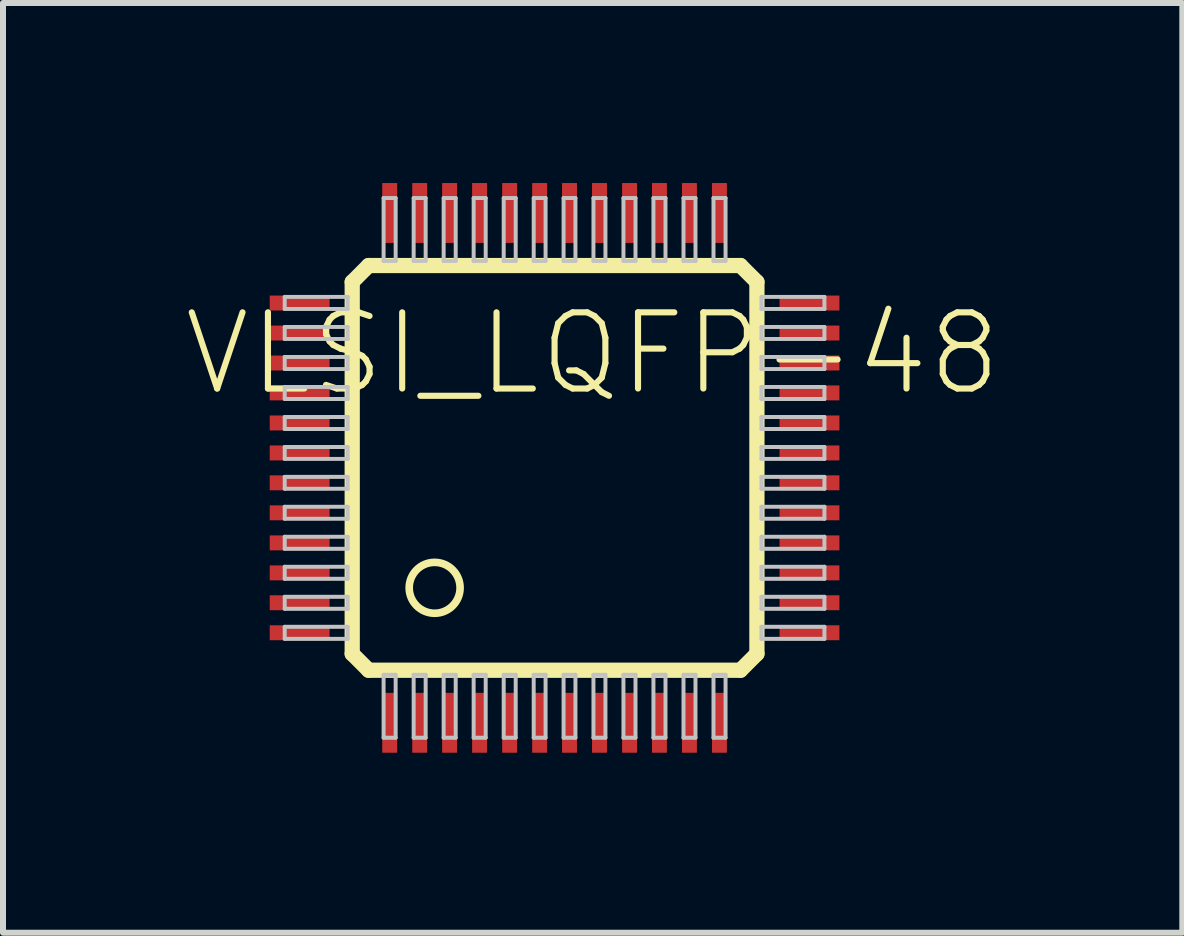
<source format=kicad_pcb>
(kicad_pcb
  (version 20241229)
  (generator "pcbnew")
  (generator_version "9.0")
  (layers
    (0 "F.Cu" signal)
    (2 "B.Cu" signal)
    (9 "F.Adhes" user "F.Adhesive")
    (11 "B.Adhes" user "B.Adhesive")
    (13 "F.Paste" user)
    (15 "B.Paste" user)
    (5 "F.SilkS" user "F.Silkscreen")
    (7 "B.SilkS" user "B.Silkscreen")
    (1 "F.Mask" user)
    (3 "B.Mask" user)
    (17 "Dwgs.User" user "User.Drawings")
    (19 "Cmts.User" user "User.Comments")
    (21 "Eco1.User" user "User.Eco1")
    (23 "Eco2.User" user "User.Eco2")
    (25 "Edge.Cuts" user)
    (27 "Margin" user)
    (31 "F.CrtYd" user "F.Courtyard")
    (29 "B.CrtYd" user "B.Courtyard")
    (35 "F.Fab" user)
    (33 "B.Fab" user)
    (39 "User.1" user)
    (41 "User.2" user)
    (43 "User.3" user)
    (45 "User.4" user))
  (footprint "VLSI_LQFP-48"
    (layer "F.Cu")
    (at 6.194 4.749)
    (property "Reference" "VLSI_LQFP-48" (at 0.635 -1.905 0) (layer "F.SilkS") (effects (font (size 1.27 1.27) (thickness 0.102))))
    (attr smd)
    (fp_line (start -3.373 -3.099) (end -3.099 -3.373) (stroke (width 0.254) (type solid)) (layer "F.SilkS"))
    (fp_line (start -3.373 3.099) (end -3.373 -3.099) (stroke (width 0.254) (type solid)) (layer "F.SilkS"))
    (fp_line (start -3.099 -3.373) (end 3.099 -3.373) (stroke (width 0.254) (type solid)) (layer "F.SilkS"))
    (fp_line (start -3.099 3.373) (end -3.373 3.099) (stroke (width 0.254) (type solid)) (layer "F.SilkS"))
    (fp_line (start 3.099 -3.373) (end 3.373 -3.099) (stroke (width 0.254) (type solid)) (layer "F.SilkS"))
    (fp_line (start 3.099 3.373) (end -3.099 3.373) (stroke (width 0.254) (type solid)) (layer "F.SilkS"))
    (fp_line (start 3.373 -3.099) (end 3.373 3.099) (stroke (width 0.254) (type solid)) (layer "F.SilkS"))
    (fp_line (start 3.373 3.099) (end 3.099 3.373) (stroke (width 0.254) (type solid)) (layer "F.SilkS"))
    (fp_circle (center -1.999 1.999) (end -2.299 2.299) (stroke (width 0.127) (type solid)) (fill no) (layer "F.SilkS"))
    (fp_line (start -4.498 -2.85) (end -3.449 -2.85) (stroke (width 0.066) (type solid)) (layer "Dwgs.User"))
    (fp_line (start -4.498 -2.649) (end -4.498 -2.85) (stroke (width 0.066) (type solid)) (layer "Dwgs.User"))
    (fp_line (start -4.498 -2.649) (end -3.449 -2.649) (stroke (width 0.066) (type solid)) (layer "Dwgs.User"))
    (fp_line (start -4.498 -2.349) (end -3.449 -2.349) (stroke (width 0.066) (type solid)) (layer "Dwgs.User"))
    (fp_line (start -4.498 -2.149) (end -4.498 -2.349) (stroke (width 0.066) (type solid)) (layer "Dwgs.User"))
    (fp_line (start -4.498 -2.149) (end -3.449 -2.149) (stroke (width 0.066) (type solid)) (layer "Dwgs.User"))
    (fp_line (start -4.498 -1.849) (end -3.449 -1.849) (stroke (width 0.066) (type solid)) (layer "Dwgs.User"))
    (fp_line (start -4.498 -1.648) (end -4.498 -1.849) (stroke (width 0.066) (type solid)) (layer "Dwgs.User"))
    (fp_line (start -4.498 -1.648) (end -3.449 -1.648) (stroke (width 0.066) (type solid)) (layer "Dwgs.User"))
    (fp_line (start -4.498 -1.349) (end -3.449 -1.349) (stroke (width 0.066) (type solid)) (layer "Dwgs.User"))
    (fp_line (start -4.498 -1.148) (end -4.498 -1.349) (stroke (width 0.066) (type solid)) (layer "Dwgs.User"))
    (fp_line (start -4.498 -1.148) (end -3.449 -1.148) (stroke (width 0.066) (type solid)) (layer "Dwgs.User"))
    (fp_line (start -4.498 -0.848) (end -3.449 -0.848) (stroke (width 0.066) (type solid)) (layer "Dwgs.User"))
    (fp_line (start -4.498 -0.648) (end -4.498 -0.848) (stroke (width 0.066) (type solid)) (layer "Dwgs.User"))
    (fp_line (start -4.498 -0.648) (end -3.449 -0.648) (stroke (width 0.066) (type solid)) (layer "Dwgs.User"))
    (fp_line (start -4.498 -0.348) (end -3.449 -0.348) (stroke (width 0.066) (type solid)) (layer "Dwgs.User"))
    (fp_line (start -4.498 -0.15) (end -4.498 -0.348) (stroke (width 0.066) (type solid)) (layer "Dwgs.User"))
    (fp_line (start -4.498 -0.15) (end -3.449 -0.15) (stroke (width 0.066) (type solid)) (layer "Dwgs.User"))
    (fp_line (start -4.498 0.15) (end -3.449 0.15) (stroke (width 0.066) (type solid)) (layer "Dwgs.User"))
    (fp_line (start -4.498 0.348) (end -4.498 0.15) (stroke (width 0.066) (type solid)) (layer "Dwgs.User"))
    (fp_line (start -4.498 0.348) (end -3.449 0.348) (stroke (width 0.066) (type solid)) (layer "Dwgs.User"))
    (fp_line (start -4.498 0.648) (end -3.449 0.648) (stroke (width 0.066) (type solid)) (layer "Dwgs.User"))
    (fp_line (start -4.498 0.848) (end -4.498 0.648) (stroke (width 0.066) (type solid)) (layer "Dwgs.User"))
    (fp_line (start -4.498 0.848) (end -3.449 0.848) (stroke (width 0.066) (type solid)) (layer "Dwgs.User"))
    (fp_line (start -4.498 1.148) (end -3.449 1.148) (stroke (width 0.066) (type solid)) (layer "Dwgs.User"))
    (fp_line (start -4.498 1.349) (end -4.498 1.148) (stroke (width 0.066) (type solid)) (layer "Dwgs.User"))
    (fp_line (start -4.498 1.349) (end -3.449 1.349) (stroke (width 0.066) (type solid)) (layer "Dwgs.User"))
    (fp_line (start -4.498 1.648) (end -3.449 1.648) (stroke (width 0.066) (type solid)) (layer "Dwgs.User"))
    (fp_line (start -4.498 1.849) (end -4.498 1.648) (stroke (width 0.066) (type solid)) (layer "Dwgs.User"))
    (fp_line (start -4.498 1.849) (end -3.449 1.849) (stroke (width 0.066) (type solid)) (layer "Dwgs.User"))
    (fp_line (start -4.498 2.149) (end -3.449 2.149) (stroke (width 0.066) (type solid)) (layer "Dwgs.User"))
    (fp_line (start -4.498 2.349) (end -4.498 2.149) (stroke (width 0.066) (type solid)) (layer "Dwgs.User"))
    (fp_line (start -4.498 2.349) (end -3.449 2.349) (stroke (width 0.066) (type solid)) (layer "Dwgs.User"))
    (fp_line (start -4.498 2.649) (end -3.449 2.649) (stroke (width 0.066) (type solid)) (layer "Dwgs.User"))
    (fp_line (start -4.498 2.85) (end -4.498 2.649) (stroke (width 0.066) (type solid)) (layer "Dwgs.User"))
    (fp_line (start -4.498 2.85) (end -3.449 2.85) (stroke (width 0.066) (type solid)) (layer "Dwgs.User"))
    (fp_line (start -3.449 -2.649) (end -3.449 -2.85) (stroke (width 0.066) (type solid)) (layer "Dwgs.User"))
    (fp_line (start -3.449 -2.149) (end -3.449 -2.349) (stroke (width 0.066) (type solid)) (layer "Dwgs.User"))
    (fp_line (start -3.449 -1.648) (end -3.449 -1.849) (stroke (width 0.066) (type solid)) (layer "Dwgs.User"))
    (fp_line (start -3.449 -1.148) (end -3.449 -1.349) (stroke (width 0.066) (type solid)) (layer "Dwgs.User"))
    (fp_line (start -3.449 -0.648) (end -3.449 -0.848) (stroke (width 0.066) (type solid)) (layer "Dwgs.User"))
    (fp_line (start -3.449 -0.15) (end -3.449 -0.348) (stroke (width 0.066) (type solid)) (layer "Dwgs.User"))
    (fp_line (start -3.449 0.348) (end -3.449 0.15) (stroke (width 0.066) (type solid)) (layer "Dwgs.User"))
    (fp_line (start -3.449 0.848) (end -3.449 0.648) (stroke (width 0.066) (type solid)) (layer "Dwgs.User"))
    (fp_line (start -3.449 1.349) (end -3.449 1.148) (stroke (width 0.066) (type solid)) (layer "Dwgs.User"))
    (fp_line (start -3.449 1.849) (end -3.449 1.648) (stroke (width 0.066) (type solid)) (layer "Dwgs.User"))
    (fp_line (start -3.449 2.349) (end -3.449 2.149) (stroke (width 0.066) (type solid)) (layer "Dwgs.User"))
    (fp_line (start -3.449 2.85) (end -3.449 2.649) (stroke (width 0.066) (type solid)) (layer "Dwgs.User"))
    (fp_line (start -2.85 -4.498) (end -2.649 -4.498) (stroke (width 0.066) (type solid)) (layer "Dwgs.User"))
    (fp_line (start -2.85 -3.449) (end -2.85 -4.498) (stroke (width 0.066) (type solid)) (layer "Dwgs.User"))
    (fp_line (start -2.85 -3.449) (end -2.649 -3.449) (stroke (width 0.066) (type solid)) (layer "Dwgs.User"))
    (fp_line (start -2.85 3.449) (end -2.649 3.449) (stroke (width 0.066) (type solid)) (layer "Dwgs.User"))
    (fp_line (start -2.85 4.498) (end -2.85 3.449) (stroke (width 0.066) (type solid)) (layer "Dwgs.User"))
    (fp_line (start -2.85 4.498) (end -2.649 4.498) (stroke (width 0.066) (type solid)) (layer "Dwgs.User"))
    (fp_line (start -2.649 -3.449) (end -2.649 -4.498) (stroke (width 0.066) (type solid)) (layer "Dwgs.User"))
    (fp_line (start -2.649 4.498) (end -2.649 3.449) (stroke (width 0.066) (type solid)) (layer "Dwgs.User"))
    (fp_line (start -2.349 -4.498) (end -2.149 -4.498) (stroke (width 0.066) (type solid)) (layer "Dwgs.User"))
    (fp_line (start -2.349 -3.449) (end -2.349 -4.498) (stroke (width 0.066) (type solid)) (layer "Dwgs.User"))
    (fp_line (start -2.349 -3.449) (end -2.149 -3.449) (stroke (width 0.066) (type solid)) (layer "Dwgs.User"))
    (fp_line (start -2.349 3.449) (end -2.149 3.449) (stroke (width 0.066) (type solid)) (layer "Dwgs.User"))
    (fp_line (start -2.349 4.498) (end -2.349 3.449) (stroke (width 0.066) (type solid)) (layer "Dwgs.User"))
    (fp_line (start -2.349 4.498) (end -2.149 4.498) (stroke (width 0.066) (type solid)) (layer "Dwgs.User"))
    (fp_line (start -2.149 -3.449) (end -2.149 -4.498) (stroke (width 0.066) (type solid)) (layer "Dwgs.User"))
    (fp_line (start -2.149 4.498) (end -2.149 3.449) (stroke (width 0.066) (type solid)) (layer "Dwgs.User"))
    (fp_line (start -1.849 -4.498) (end -1.648 -4.498) (stroke (width 0.066) (type solid)) (layer "Dwgs.User"))
    (fp_line (start -1.849 -3.449) (end -1.849 -4.498) (stroke (width 0.066) (type solid)) (layer "Dwgs.User"))
    (fp_line (start -1.849 -3.449) (end -1.648 -3.449) (stroke (width 0.066) (type solid)) (layer "Dwgs.User"))
    (fp_line (start -1.849 3.449) (end -1.648 3.449) (stroke (width 0.066) (type solid)) (layer "Dwgs.User"))
    (fp_line (start -1.849 4.498) (end -1.849 3.449) (stroke (width 0.066) (type solid)) (layer "Dwgs.User"))
    (fp_line (start -1.849 4.498) (end -1.648 4.498) (stroke (width 0.066) (type solid)) (layer "Dwgs.User"))
    (fp_line (start -1.648 -3.449) (end -1.648 -4.498) (stroke (width 0.066) (type solid)) (layer "Dwgs.User"))
    (fp_line (start -1.648 4.498) (end -1.648 3.449) (stroke (width 0.066) (type solid)) (layer "Dwgs.User"))
    (fp_line (start -1.349 -4.498) (end -1.148 -4.498) (stroke (width 0.066) (type solid)) (layer "Dwgs.User"))
    (fp_line (start -1.349 -3.449) (end -1.349 -4.498) (stroke (width 0.066) (type solid)) (layer "Dwgs.User"))
    (fp_line (start -1.349 -3.449) (end -1.148 -3.449) (stroke (width 0.066) (type solid)) (layer "Dwgs.User"))
    (fp_line (start -1.349 3.449) (end -1.148 3.449) (stroke (width 0.066) (type solid)) (layer "Dwgs.User"))
    (fp_line (start -1.349 4.498) (end -1.349 3.449) (stroke (width 0.066) (type solid)) (layer "Dwgs.User"))
    (fp_line (start -1.349 4.498) (end -1.148 4.498) (stroke (width 0.066) (type solid)) (layer "Dwgs.User"))
    (fp_line (start -1.148 -3.449) (end -1.148 -4.498) (stroke (width 0.066) (type solid)) (layer "Dwgs.User"))
    (fp_line (start -1.148 4.498) (end -1.148 3.449) (stroke (width 0.066) (type solid)) (layer "Dwgs.User"))
    (fp_line (start -0.848 -4.498) (end -0.648 -4.498) (stroke (width 0.066) (type solid)) (layer "Dwgs.User"))
    (fp_line (start -0.848 -3.449) (end -0.848 -4.498) (stroke (width 0.066) (type solid)) (layer "Dwgs.User"))
    (fp_line (start -0.848 -3.449) (end -0.648 -3.449) (stroke (width 0.066) (type solid)) (layer "Dwgs.User"))
    (fp_line (start -0.848 3.449) (end -0.648 3.449) (stroke (width 0.066) (type solid)) (layer "Dwgs.User"))
    (fp_line (start -0.848 4.498) (end -0.848 3.449) (stroke (width 0.066) (type solid)) (layer "Dwgs.User"))
    (fp_line (start -0.848 4.498) (end -0.648 4.498) (stroke (width 0.066) (type solid)) (layer "Dwgs.User"))
    (fp_line (start -0.648 -3.449) (end -0.648 -4.498) (stroke (width 0.066) (type solid)) (layer "Dwgs.User"))
    (fp_line (start -0.648 4.498) (end -0.648 3.449) (stroke (width 0.066) (type solid)) (layer "Dwgs.User"))
    (fp_line (start -0.348 -4.498) (end -0.15 -4.498) (stroke (width 0.066) (type solid)) (layer "Dwgs.User"))
    (fp_line (start -0.348 -3.449) (end -0.348 -4.498) (stroke (width 0.066) (type solid)) (layer "Dwgs.User"))
    (fp_line (start -0.348 -3.449) (end -0.15 -3.449) (stroke (width 0.066) (type solid)) (layer "Dwgs.User"))
    (fp_line (start -0.348 3.449) (end -0.15 3.449) (stroke (width 0.066) (type solid)) (layer "Dwgs.User"))
    (fp_line (start -0.348 4.498) (end -0.348 3.449) (stroke (width 0.066) (type solid)) (layer "Dwgs.User"))
    (fp_line (start -0.348 4.498) (end -0.15 4.498) (stroke (width 0.066) (type solid)) (layer "Dwgs.User"))
    (fp_line (start -0.15 -3.449) (end -0.15 -4.498) (stroke (width 0.066) (type solid)) (layer "Dwgs.User"))
    (fp_line (start -0.15 4.498) (end -0.15 3.449) (stroke (width 0.066) (type solid)) (layer "Dwgs.User"))
    (fp_line (start 0.15 -4.498) (end 0.348 -4.498) (stroke (width 0.066) (type solid)) (layer "Dwgs.User"))
    (fp_line (start 0.15 -3.449) (end 0.15 -4.498) (stroke (width 0.066) (type solid)) (layer "Dwgs.User"))
    (fp_line (start 0.15 -3.449) (end 0.348 -3.449) (stroke (width 0.066) (type solid)) (layer "Dwgs.User"))
    (fp_line (start 0.15 3.449) (end 0.348 3.449) (stroke (width 0.066) (type solid)) (layer "Dwgs.User"))
    (fp_line (start 0.15 4.498) (end 0.15 3.449) (stroke (width 0.066) (type solid)) (layer "Dwgs.User"))
    (fp_line (start 0.15 4.498) (end 0.348 4.498) (stroke (width 0.066) (type solid)) (layer "Dwgs.User"))
    (fp_line (start 0.348 -3.449) (end 0.348 -4.498) (stroke (width 0.066) (type solid)) (layer "Dwgs.User"))
    (fp_line (start 0.348 4.498) (end 0.348 3.449) (stroke (width 0.066) (type solid)) (layer "Dwgs.User"))
    (fp_line (start 0.648 -4.498) (end 0.848 -4.498) (stroke (width 0.066) (type solid)) (layer "Dwgs.User"))
    (fp_line (start 0.648 -3.449) (end 0.648 -4.498) (stroke (width 0.066) (type solid)) (layer "Dwgs.User"))
    (fp_line (start 0.648 -3.449) (end 0.848 -3.449) (stroke (width 0.066) (type solid)) (layer "Dwgs.User"))
    (fp_line (start 0.648 3.449) (end 0.848 3.449) (stroke (width 0.066) (type solid)) (layer "Dwgs.User"))
    (fp_line (start 0.648 4.498) (end 0.648 3.449) (stroke (width 0.066) (type solid)) (layer "Dwgs.User"))
    (fp_line (start 0.648 4.498) (end 0.848 4.498) (stroke (width 0.066) (type solid)) (layer "Dwgs.User"))
    (fp_line (start 0.848 -3.449) (end 0.848 -4.498) (stroke (width 0.066) (type solid)) (layer "Dwgs.User"))
    (fp_line (start 0.848 4.498) (end 0.848 3.449) (stroke (width 0.066) (type solid)) (layer "Dwgs.User"))
    (fp_line (start 1.148 -4.498) (end 1.349 -4.498) (stroke (width 0.066) (type solid)) (layer "Dwgs.User"))
    (fp_line (start 1.148 -3.449) (end 1.148 -4.498) (stroke (width 0.066) (type solid)) (layer "Dwgs.User"))
    (fp_line (start 1.148 -3.449) (end 1.349 -3.449) (stroke (width 0.066) (type solid)) (layer "Dwgs.User"))
    (fp_line (start 1.148 3.449) (end 1.349 3.449) (stroke (width 0.066) (type solid)) (layer "Dwgs.User"))
    (fp_line (start 1.148 4.498) (end 1.148 3.449) (stroke (width 0.066) (type solid)) (layer "Dwgs.User"))
    (fp_line (start 1.148 4.498) (end 1.349 4.498) (stroke (width 0.066) (type solid)) (layer "Dwgs.User"))
    (fp_line (start 1.349 -3.449) (end 1.349 -4.498) (stroke (width 0.066) (type solid)) (layer "Dwgs.User"))
    (fp_line (start 1.349 4.498) (end 1.349 3.449) (stroke (width 0.066) (type solid)) (layer "Dwgs.User"))
    (fp_line (start 1.648 -4.498) (end 1.849 -4.498) (stroke (width 0.066) (type solid)) (layer "Dwgs.User"))
    (fp_line (start 1.648 -3.449) (end 1.648 -4.498) (stroke (width 0.066) (type solid)) (layer "Dwgs.User"))
    (fp_line (start 1.648 -3.449) (end 1.849 -3.449) (stroke (width 0.066) (type solid)) (layer "Dwgs.User"))
    (fp_line (start 1.648 3.449) (end 1.849 3.449) (stroke (width 0.066) (type solid)) (layer "Dwgs.User"))
    (fp_line (start 1.648 4.498) (end 1.648 3.449) (stroke (width 0.066) (type solid)) (layer "Dwgs.User"))
    (fp_line (start 1.648 4.498) (end 1.849 4.498) (stroke (width 0.066) (type solid)) (layer "Dwgs.User"))
    (fp_line (start 1.849 -3.449) (end 1.849 -4.498) (stroke (width 0.066) (type solid)) (layer "Dwgs.User"))
    (fp_line (start 1.849 4.498) (end 1.849 3.449) (stroke (width 0.066) (type solid)) (layer "Dwgs.User"))
    (fp_line (start 2.149 -4.498) (end 2.349 -4.498) (stroke (width 0.066) (type solid)) (layer "Dwgs.User"))
    (fp_line (start 2.149 -3.449) (end 2.149 -4.498) (stroke (width 0.066) (type solid)) (layer "Dwgs.User"))
    (fp_line (start 2.149 -3.449) (end 2.349 -3.449) (stroke (width 0.066) (type solid)) (layer "Dwgs.User"))
    (fp_line (start 2.149 3.449) (end 2.349 3.449) (stroke (width 0.066) (type solid)) (layer "Dwgs.User"))
    (fp_line (start 2.149 4.498) (end 2.149 3.449) (stroke (width 0.066) (type solid)) (layer "Dwgs.User"))
    (fp_line (start 2.149 4.498) (end 2.349 4.498) (stroke (width 0.066) (type solid)) (layer "Dwgs.User"))
    (fp_line (start 2.349 -3.449) (end 2.349 -4.498) (stroke (width 0.066) (type solid)) (layer "Dwgs.User"))
    (fp_line (start 2.349 4.498) (end 2.349 3.449) (stroke (width 0.066) (type solid)) (layer "Dwgs.User"))
    (fp_line (start 2.649 -4.498) (end 2.85 -4.498) (stroke (width 0.066) (type solid)) (layer "Dwgs.User"))
    (fp_line (start 2.649 -3.449) (end 2.649 -4.498) (stroke (width 0.066) (type solid)) (layer "Dwgs.User"))
    (fp_line (start 2.649 -3.449) (end 2.85 -3.449) (stroke (width 0.066) (type solid)) (layer "Dwgs.User"))
    (fp_line (start 2.649 3.449) (end 2.85 3.449) (stroke (width 0.066) (type solid)) (layer "Dwgs.User"))
    (fp_line (start 2.649 4.498) (end 2.649 3.449) (stroke (width 0.066) (type solid)) (layer "Dwgs.User"))
    (fp_line (start 2.649 4.498) (end 2.85 4.498) (stroke (width 0.066) (type solid)) (layer "Dwgs.User"))
    (fp_line (start 2.85 -3.449) (end 2.85 -4.498) (stroke (width 0.066) (type solid)) (layer "Dwgs.User"))
    (fp_line (start 2.85 4.498) (end 2.85 3.449) (stroke (width 0.066) (type solid)) (layer "Dwgs.User"))
    (fp_line (start 3.449 -2.85) (end 4.498 -2.85) (stroke (width 0.066) (type solid)) (layer "Dwgs.User"))
    (fp_line (start 3.449 -2.649) (end 3.449 -2.85) (stroke (width 0.066) (type solid)) (layer "Dwgs.User"))
    (fp_line (start 3.449 -2.649) (end 4.498 -2.649) (stroke (width 0.066) (type solid)) (layer "Dwgs.User"))
    (fp_line (start 3.449 -2.349) (end 4.498 -2.349) (stroke (width 0.066) (type solid)) (layer "Dwgs.User"))
    (fp_line (start 3.449 -2.149) (end 3.449 -2.349) (stroke (width 0.066) (type solid)) (layer "Dwgs.User"))
    (fp_line (start 3.449 -2.149) (end 4.498 -2.149) (stroke (width 0.066) (type solid)) (layer "Dwgs.User"))
    (fp_line (start 3.449 -1.849) (end 4.498 -1.849) (stroke (width 0.066) (type solid)) (layer "Dwgs.User"))
    (fp_line (start 3.449 -1.648) (end 3.449 -1.849) (stroke (width 0.066) (type solid)) (layer "Dwgs.User"))
    (fp_line (start 3.449 -1.648) (end 4.498 -1.648) (stroke (width 0.066) (type solid)) (layer "Dwgs.User"))
    (fp_line (start 3.449 -1.349) (end 4.498 -1.349) (stroke (width 0.066) (type solid)) (layer "Dwgs.User"))
    (fp_line (start 3.449 -1.148) (end 3.449 -1.349) (stroke (width 0.066) (type solid)) (layer "Dwgs.User"))
    (fp_line (start 3.449 -1.148) (end 4.498 -1.148) (stroke (width 0.066) (type solid)) (layer "Dwgs.User"))
    (fp_line (start 3.449 -0.848) (end 4.498 -0.848) (stroke (width 0.066) (type solid)) (layer "Dwgs.User"))
    (fp_line (start 3.449 -0.648) (end 3.449 -0.848) (stroke (width 0.066) (type solid)) (layer "Dwgs.User"))
    (fp_line (start 3.449 -0.648) (end 4.498 -0.648) (stroke (width 0.066) (type solid)) (layer "Dwgs.User"))
    (fp_line (start 3.449 -0.348) (end 4.498 -0.348) (stroke (width 0.066) (type solid)) (layer "Dwgs.User"))
    (fp_line (start 3.449 -0.15) (end 3.449 -0.348) (stroke (width 0.066) (type solid)) (layer "Dwgs.User"))
    (fp_line (start 3.449 -0.15) (end 4.498 -0.15) (stroke (width 0.066) (type solid)) (layer "Dwgs.User"))
    (fp_line (start 3.449 0.15) (end 4.498 0.15) (stroke (width 0.066) (type solid)) (layer "Dwgs.User"))
    (fp_line (start 3.449 0.348) (end 3.449 0.15) (stroke (width 0.066) (type solid)) (layer "Dwgs.User"))
    (fp_line (start 3.449 0.348) (end 4.498 0.348) (stroke (width 0.066) (type solid)) (layer "Dwgs.User"))
    (fp_line (start 3.449 0.648) (end 4.498 0.648) (stroke (width 0.066) (type solid)) (layer "Dwgs.User"))
    (fp_line (start 3.449 0.848) (end 3.449 0.648) (stroke (width 0.066) (type solid)) (layer "Dwgs.User"))
    (fp_line (start 3.449 0.848) (end 4.498 0.848) (stroke (width 0.066) (type solid)) (layer "Dwgs.User"))
    (fp_line (start 3.449 1.148) (end 4.498 1.148) (stroke (width 0.066) (type solid)) (layer "Dwgs.User"))
    (fp_line (start 3.449 1.349) (end 3.449 1.148) (stroke (width 0.066) (type solid)) (layer "Dwgs.User"))
    (fp_line (start 3.449 1.349) (end 4.498 1.349) (stroke (width 0.066) (type solid)) (layer "Dwgs.User"))
    (fp_line (start 3.449 1.648) (end 4.498 1.648) (stroke (width 0.066) (type solid)) (layer "Dwgs.User"))
    (fp_line (start 3.449 1.849) (end 3.449 1.648) (stroke (width 0.066) (type solid)) (layer "Dwgs.User"))
    (fp_line (start 3.449 1.849) (end 4.498 1.849) (stroke (width 0.066) (type solid)) (layer "Dwgs.User"))
    (fp_line (start 3.449 2.149) (end 4.498 2.149) (stroke (width 0.066) (type solid)) (layer "Dwgs.User"))
    (fp_line (start 3.449 2.349) (end 3.449 2.149) (stroke (width 0.066) (type solid)) (layer "Dwgs.User"))
    (fp_line (start 3.449 2.349) (end 4.498 2.349) (stroke (width 0.066) (type solid)) (layer "Dwgs.User"))
    (fp_line (start 3.449 2.649) (end 4.498 2.649) (stroke (width 0.066) (type solid)) (layer "Dwgs.User"))
    (fp_line (start 3.449 2.85) (end 3.449 2.649) (stroke (width 0.066) (type solid)) (layer "Dwgs.User"))
    (fp_line (start 3.449 2.85) (end 4.498 2.85) (stroke (width 0.066) (type solid)) (layer "Dwgs.User"))
    (fp_line (start 4.498 -2.649) (end 4.498 -2.85) (stroke (width 0.066) (type solid)) (layer "Dwgs.User"))
    (fp_line (start 4.498 -2.149) (end 4.498 -2.349) (stroke (width 0.066) (type solid)) (layer "Dwgs.User"))
    (fp_line (start 4.498 -1.648) (end 4.498 -1.849) (stroke (width 0.066) (type solid)) (layer "Dwgs.User"))
    (fp_line (start 4.498 -1.148) (end 4.498 -1.349) (stroke (width 0.066) (type solid)) (layer "Dwgs.User"))
    (fp_line (start 4.498 -0.648) (end 4.498 -0.848) (stroke (width 0.066) (type solid)) (layer "Dwgs.User"))
    (fp_line (start 4.498 -0.15) (end 4.498 -0.348) (stroke (width 0.066) (type solid)) (layer "Dwgs.User"))
    (fp_line (start 4.498 0.348) (end 4.498 0.15) (stroke (width 0.066) (type solid)) (layer "Dwgs.User"))
    (fp_line (start 4.498 0.848) (end 4.498 0.648) (stroke (width 0.066) (type solid)) (layer "Dwgs.User"))
    (fp_line (start 4.498 1.349) (end 4.498 1.148) (stroke (width 0.066) (type solid)) (layer "Dwgs.User"))
    (fp_line (start 4.498 1.849) (end 4.498 1.648) (stroke (width 0.066) (type solid)) (layer "Dwgs.User"))
    (fp_line (start 4.498 2.349) (end 4.498 2.149) (stroke (width 0.066) (type solid)) (layer "Dwgs.User"))
    (fp_line (start 4.498 2.85) (end 4.498 2.649) (stroke (width 0.066) (type solid)) (layer "Dwgs.User"))
    (pad "1" smd rect (at -2.748 4.249) (size 0.249 0.998) (layers "F.Cu" "F.Mask" "F.Paste"))
    (pad "2" smd rect (at -2.248 4.249) (size 0.249 0.998) (layers "F.Cu" "F.Mask" "F.Paste"))
    (pad "3" smd rect (at -1.75 4.249) (size 0.249 0.998) (layers "F.Cu" "F.Mask" "F.Paste"))
    (pad "4" smd rect (at -1.25 4.249) (size 0.249 0.998) (layers "F.Cu" "F.Mask" "F.Paste"))
    (pad "5" smd rect (at -0.749 4.249) (size 0.249 0.998) (layers "F.Cu" "F.Mask" "F.Paste"))
    (pad "6" smd rect (at -0.249 4.249) (size 0.249 0.998) (layers "F.Cu" "F.Mask" "F.Paste"))
    (pad "7" smd rect (at 0.249 4.249) (size 0.249 0.998) (layers "F.Cu" "F.Mask" "F.Paste"))
    (pad "8" smd rect (at 0.749 4.249) (size 0.249 0.998) (layers "F.Cu" "F.Mask" "F.Paste"))
    (pad "9" smd rect (at 1.25 4.249) (size 0.249 0.998) (layers "F.Cu" "F.Mask" "F.Paste"))
    (pad "10" smd rect (at 1.748 4.249) (size 0.249 0.998) (layers "F.Cu" "F.Mask" "F.Paste"))
    (pad "11" smd rect (at 2.248 4.249) (size 0.249 0.998) (layers "F.Cu" "F.Mask" "F.Paste"))
    (pad "12" smd rect (at 2.748 4.249) (size 0.249 0.998) (layers "F.Cu" "F.Mask" "F.Paste"))
    (pad "13" smd rect (at 4.249 2.748) (size 0.998 0.249) (layers "F.Cu" "F.Mask" "F.Paste"))
    (pad "14" smd rect (at 4.249 2.248) (size 0.998 0.249) (layers "F.Cu" "F.Mask" "F.Paste"))
    (pad "15" smd rect (at 4.249 1.75) (size 0.998 0.249) (layers "F.Cu" "F.Mask" "F.Paste"))
    (pad "16" smd rect (at 4.249 1.25) (size 0.998 0.249) (layers "F.Cu" "F.Mask" "F.Paste"))
    (pad "17" smd rect (at 4.249 0.749) (size 0.998 0.249) (layers "F.Cu" "F.Mask" "F.Paste"))
    (pad "18" smd rect (at 4.249 0.249) (size 0.998 0.249) (layers "F.Cu" "F.Mask" "F.Paste"))
    (pad "19" smd rect (at 4.249 -0.249) (size 0.998 0.249) (layers "F.Cu" "F.Mask" "F.Paste"))
    (pad "20" smd rect (at 4.249 -0.749) (size 0.998 0.249) (layers "F.Cu" "F.Mask" "F.Paste"))
    (pad "21" smd rect (at 4.249 -1.25) (size 0.998 0.249) (layers "F.Cu" "F.Mask" "F.Paste"))
    (pad "22" smd rect (at 4.249 -1.748) (size 0.998 0.249) (layers "F.Cu" "F.Mask" "F.Paste"))
    (pad "23" smd rect (at 4.249 -2.248) (size 0.998 0.249) (layers "F.Cu" "F.Mask" "F.Paste"))
    (pad "24" smd rect (at 4.249 -2.748) (size 0.998 0.249) (layers "F.Cu" "F.Mask" "F.Paste"))
    (pad "25" smd rect (at 2.748 -4.249) (size 0.249 0.998) (layers "F.Cu" "F.Mask" "F.Paste"))
    (pad "26" smd rect (at 2.248 -4.249) (size 0.249 0.998) (layers "F.Cu" "F.Mask" "F.Paste"))
    (pad "27" smd rect (at 1.748 -4.249) (size 0.249 0.998) (layers "F.Cu" "F.Mask" "F.Paste"))
    (pad "28" smd rect (at 1.25 -4.249) (size 0.249 0.998) (layers "F.Cu" "F.Mask" "F.Paste"))
    (pad "29" smd rect (at 0.749 -4.249) (size 0.249 0.998) (layers "F.Cu" "F.Mask" "F.Paste"))
    (pad "30" smd rect (at 0.249 -4.249) (size 0.249 0.998) (layers "F.Cu" "F.Mask" "F.Paste"))
    (pad "31" smd rect (at -0.249 -4.249) (size 0.249 0.998) (layers "F.Cu" "F.Mask" "F.Paste"))
    (pad "32" smd rect (at -0.749 -4.249) (size 0.249 0.998) (layers "F.Cu" "F.Mask" "F.Paste"))
    (pad "33" smd rect (at -1.25 -4.249) (size 0.249 0.998) (layers "F.Cu" "F.Mask" "F.Paste"))
    (pad "34" smd rect (at -1.75 -4.249) (size 0.249 0.998) (layers "F.Cu" "F.Mask" "F.Paste"))
    (pad "35" smd rect (at -2.248 -4.249) (size 0.249 0.998) (layers "F.Cu" "F.Mask" "F.Paste"))
    (pad "36" smd rect (at -2.748 -4.249) (size 0.249 0.998) (layers "F.Cu" "F.Mask" "F.Paste"))
    (pad "37" smd rect (at -4.249 -2.748) (size 0.998 0.249) (layers "F.Cu" "F.Mask" "F.Paste"))
    (pad "38" smd rect (at -4.249 -2.248) (size 0.998 0.249) (layers "F.Cu" "F.Mask" "F.Paste"))
    (pad "39" smd rect (at -4.249 -1.748) (size 0.998 0.249) (layers "F.Cu" "F.Mask" "F.Paste"))
    (pad "40" smd rect (at -4.249 -1.25) (size 0.998 0.249) (layers "F.Cu" "F.Mask" "F.Paste"))
    (pad "41" smd rect (at -4.249 -0.749) (size 0.998 0.249) (layers "F.Cu" "F.Mask" "F.Paste"))
    (pad "42" smd rect (at -4.249 -0.249) (size 0.998 0.249) (layers "F.Cu" "F.Mask" "F.Paste"))
    (pad "43" smd rect (at -4.249 0.249) (size 0.998 0.249) (layers "F.Cu" "F.Mask" "F.Paste"))
    (pad "44" smd rect (at -4.249 0.749) (size 0.998 0.249) (layers "F.Cu" "F.Mask" "F.Paste"))
    (pad "45" smd rect (at -4.249 1.25) (size 0.998 0.249) (layers "F.Cu" "F.Mask" "F.Paste"))
    (pad "46" smd rect (at -4.249 1.75) (size 0.998 0.249) (layers "F.Cu" "F.Mask" "F.Paste"))
    (pad "47" smd rect (at -4.249 2.248) (size 0.998 0.249) (layers "F.Cu" "F.Mask" "F.Paste"))
    (pad "48" smd rect (at -4.249 2.748) (size 0.998 0.249) (layers "F.Cu" "F.Mask" "F.Paste")))
  (gr_rect
    (start -3 -3)
    (end 16.658 12.497)
    (stroke (width 0.1) (type default))
    (fill no)
    (layer "Edge.Cuts")))
</source>
